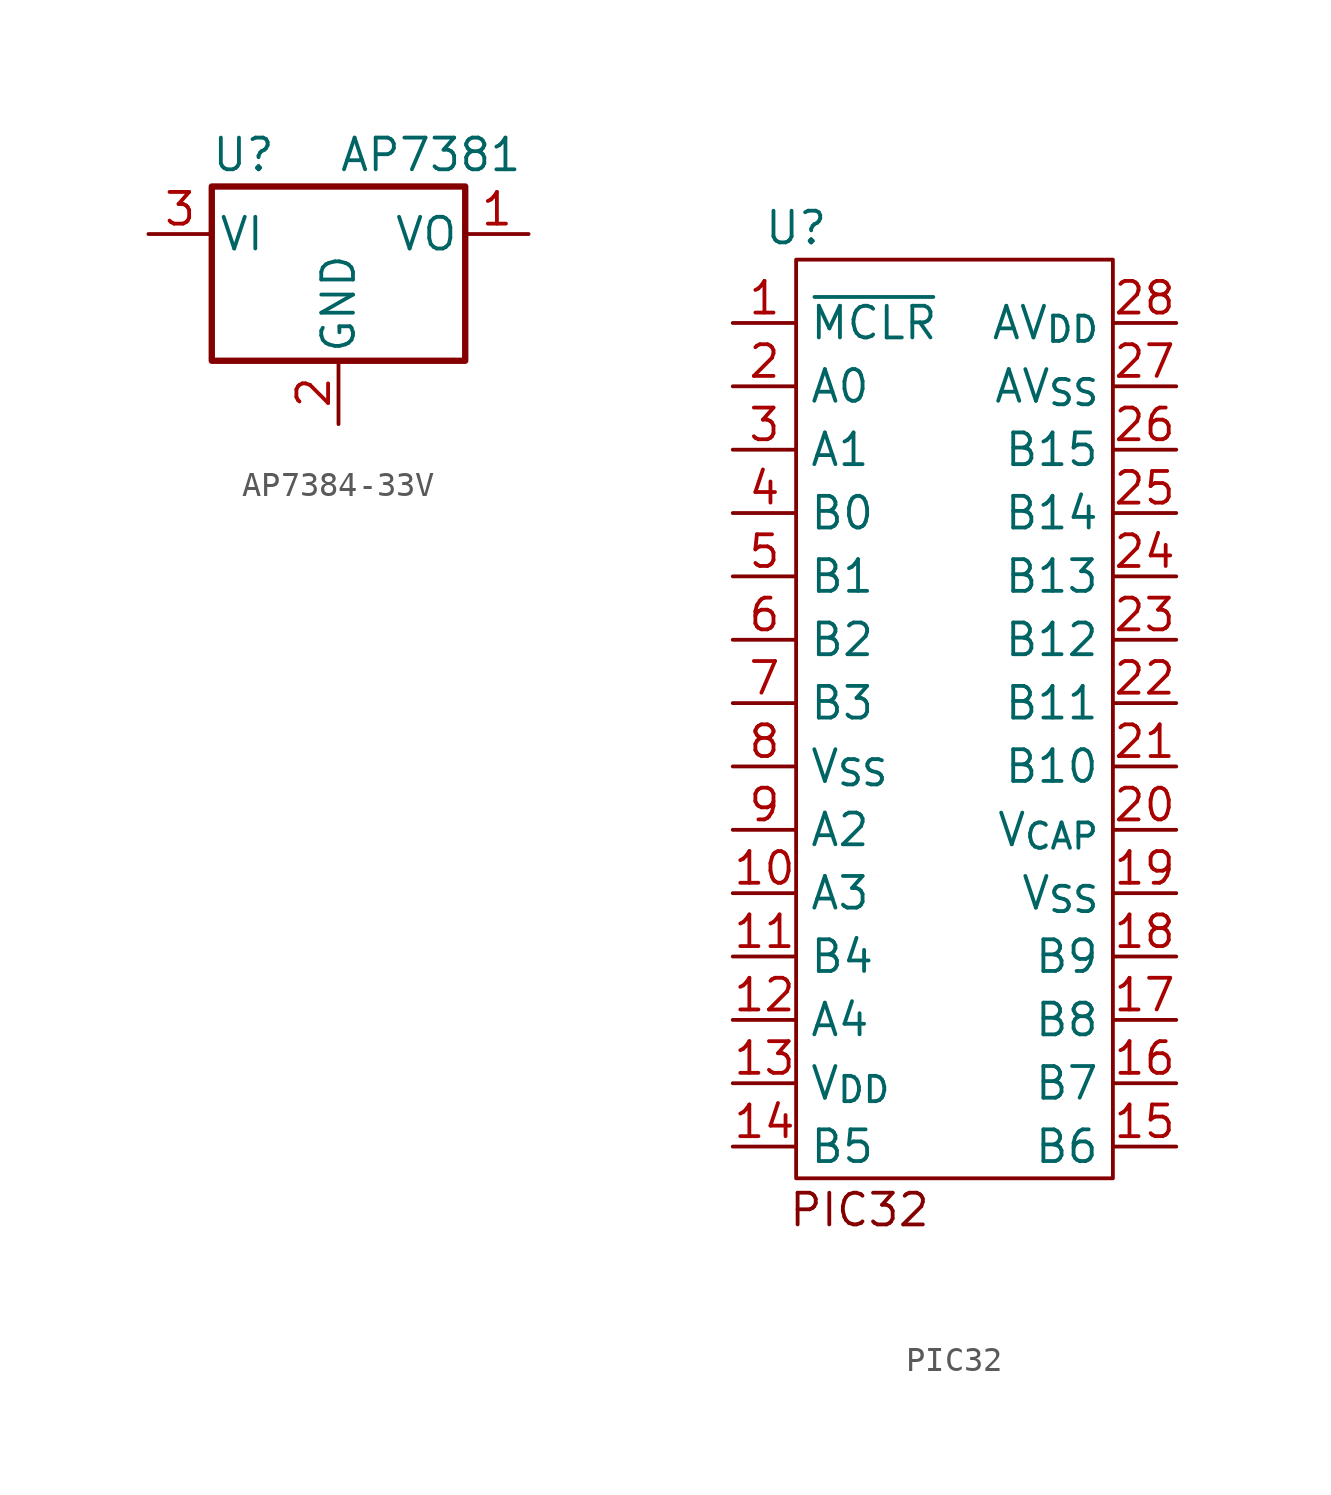
<source format=kicad_sym>
(kicad_symbol_lib
  (version 20220914)
  (generator kicad_symbol_editor)
  (symbol "AP7384-33V"
    (pin_names
      (offset 0.254))
    (property "Reference" "U"
      (at -3.81 3.175 0)
      (effects (font (size 1.27 1.27))))
    (property "Value" "AP7381"
      (at 0 3.175 0)
      (effects (font (size 1.27 1.27)) (justify left)))
    (symbol "AP7384-33V_1_1"
      (rectangle (start -5.08 1.905) (end 5.08 -5.08) (stroke (width 0.254) (type default)) (fill (type none)))
      (pin power_out line (at 7.62 0 180) (length 2.54) (name "VO" (effects (font (size 1.27 1.27)))) (number "1" (effects (font (size 1.27 1.27)))))
      (pin power_in line (at 0 -7.62 90) (length 2.54) (name "GND" (effects (font (size 1.27 1.27)))) (number "2" (effects (font (size 1.27 1.27)))))
      (pin power_in line (at -7.62 0 0) (length 2.54) (name "VI" (effects (font (size 1.27 1.27)))) (number "3" (effects (font (size 1.27 1.27)))))))
  (symbol "PIC32"
    (property "Reference" "U"
      (at -6.35 20.32 0)
      (effects (font (size 1.27 1.27))))
    (property "Value" ""
      (at -6.35 20.32 0)
      (effects (font (size 1.27 1.27))))
    (symbol "PIC32_0_1"
      (rectangle (start -6.35 19.05) (end 6.35 -17.78) (stroke (width 0) (type default)) (fill (type none))))
    (symbol "PIC32_1_1"
      (text "PIC32" (at -3.81 -19.05 0) (effects (font (size 1.27 1.27))))
      (pin input line (at -8.89 16.51 0) (length 2.54) (name "~{MCLR}" (effects (font (size 1.27 1.27)))) (number "1" (effects (font (size 1.27 1.27)))))
      (pin input line (at -8.89 -6.35 0) (length 2.54) (name "A3" (effects (font (size 1.27 1.27)))) (number "10" (effects (font (size 1.27 1.27)))))
      (pin input line (at -8.89 -8.89 0) (length 2.54) (name "B4" (effects (font (size 1.27 1.27)))) (number "11" (effects (font (size 1.27 1.27)))))
      (pin input line (at -8.89 -11.43 0) (length 2.54) (name "A4" (effects (font (size 1.27 1.27)))) (number "12" (effects (font (size 1.27 1.27)))))
      (pin input line (at -8.89 -13.97 0) (length 2.54) (name "V_{DD}" (effects (font (size 1.27 1.27)))) (number "13" (effects (font (size 1.27 1.27)))))
      (pin input line (at -8.89 -16.51 0) (length 2.54) (name "B5" (effects (font (size 1.27 1.27)))) (number "14" (effects (font (size 1.27 1.27)))))
      (pin input line (at 8.89 -16.51 180) (length 2.54) (name "B6" (effects (font (size 1.27 1.27)))) (number "15" (effects (font (size 1.27 1.27)))))
      (pin input line (at 8.89 -13.97 180) (length 2.54) (name "B7" (effects (font (size 1.27 1.27)))) (number "16" (effects (font (size 1.27 1.27)))))
      (pin input line (at 8.89 -11.43 180) (length 2.54) (name "B8" (effects (font (size 1.27 1.27)))) (number "17" (effects (font (size 1.27 1.27)))))
      (pin input line (at 8.89 -8.89 180) (length 2.54) (name "B9" (effects (font (size 1.27 1.27)))) (number "18" (effects (font (size 1.27 1.27)))))
      (pin input line (at 8.89 -6.35 180) (length 2.54) (name "V_{SS}" (effects (font (size 1.27 1.27)))) (number "19" (effects (font (size 1.27 1.27)))))
      (pin input line (at -8.89 13.97 0) (length 2.54) (name "A0" (effects (font (size 1.27 1.27)))) (number "2" (effects (font (size 1.27 1.27)))))
      (pin input line (at 8.89 -3.81 180) (length 2.54) (name "V_{CAP}" (effects (font (size 1.27 1.27)))) (number "20" (effects (font (size 1.27 1.27)))))
      (pin input line (at 8.89 -1.27 180) (length 2.54) (name "B10" (effects (font (size 1.27 1.27)))) (number "21" (effects (font (size 1.27 1.27)))))
      (pin input line (at 8.89 1.27 180) (length 2.54) (name "B11" (effects (font (size 1.27 1.27)))) (number "22" (effects (font (size 1.27 1.27)))))
      (pin input line (at 8.89 3.81 180) (length 2.54) (name "B12" (effects (font (size 1.27 1.27)))) (number "23" (effects (font (size 1.27 1.27)))))
      (pin input line (at 8.89 6.35 180) (length 2.54) (name "B13" (effects (font (size 1.27 1.27)))) (number "24" (effects (font (size 1.27 1.27)))))
      (pin input line (at 8.89 8.89 180) (length 2.54) (name "B14" (effects (font (size 1.27 1.27)))) (number "25" (effects (font (size 1.27 1.27)))))
      (pin input line (at 8.89 11.43 180) (length 2.54) (name "B15" (effects (font (size 1.27 1.27)))) (number "26" (effects (font (size 1.27 1.27)))))
      (pin input line (at 8.89 13.97 180) (length 2.54) (name "AV_{SS}" (effects (font (size 1.27 1.27)))) (number "27" (effects (font (size 1.27 1.27)))))
      (pin input line (at 8.89 16.51 180) (length 2.54) (name "AV_{DD}" (effects (font (size 1.27 1.27)))) (number "28" (effects (font (size 1.27 1.27)))))
      (pin input line (at -8.89 11.43 0) (length 2.54) (name "A1" (effects (font (size 1.27 1.27)))) (number "3" (effects (font (size 1.27 1.27)))))
      (pin input line (at -8.89 8.89 0) (length 2.54) (name "B0" (effects (font (size 1.27 1.27)))) (number "4" (effects (font (size 1.27 1.27)))))
      (pin input line (at -8.89 6.35 0) (length 2.54) (name "B1" (effects (font (size 1.27 1.27)))) (number "5" (effects (font (size 1.27 1.27)))))
      (pin input line (at -8.89 3.81 0) (length 2.54) (name "B2" (effects (font (size 1.27 1.27)))) (number "6" (effects (font (size 1.27 1.27)))))
      (pin input line (at -8.89 1.27 0) (length 2.54) (name "B3" (effects (font (size 1.27 1.27)))) (number "7" (effects (font (size 1.27 1.27)))))
      (pin input line (at -8.89 -1.27 0) (length 2.54) (name "V_{SS}" (effects (font (size 1.27 1.27)))) (number "8" (effects (font (size 1.27 1.27)))))
      (pin input line (at -8.89 -3.81 0) (length 2.54) (name "A2" (effects (font (size 1.27 1.27)))) (number "9" (effects (font (size 1.27 1.27))))))))
</source>
